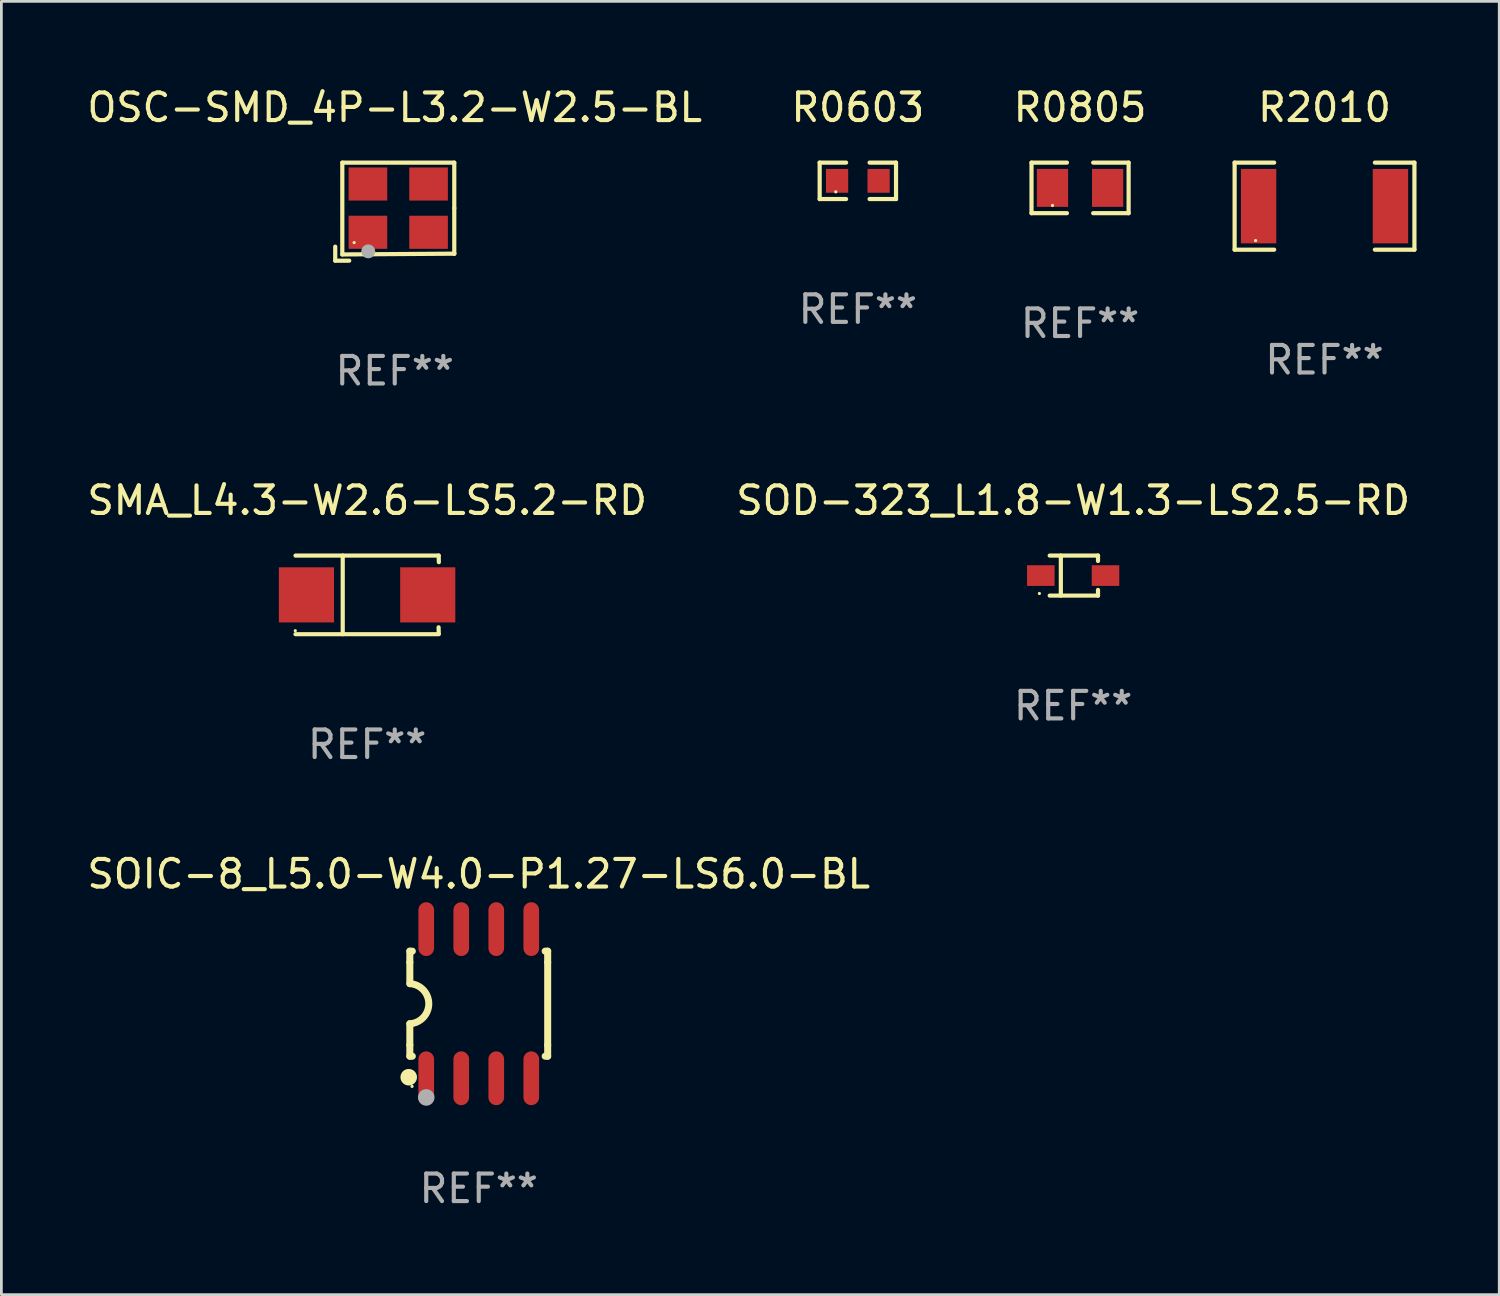
<source format=kicad_pcb>
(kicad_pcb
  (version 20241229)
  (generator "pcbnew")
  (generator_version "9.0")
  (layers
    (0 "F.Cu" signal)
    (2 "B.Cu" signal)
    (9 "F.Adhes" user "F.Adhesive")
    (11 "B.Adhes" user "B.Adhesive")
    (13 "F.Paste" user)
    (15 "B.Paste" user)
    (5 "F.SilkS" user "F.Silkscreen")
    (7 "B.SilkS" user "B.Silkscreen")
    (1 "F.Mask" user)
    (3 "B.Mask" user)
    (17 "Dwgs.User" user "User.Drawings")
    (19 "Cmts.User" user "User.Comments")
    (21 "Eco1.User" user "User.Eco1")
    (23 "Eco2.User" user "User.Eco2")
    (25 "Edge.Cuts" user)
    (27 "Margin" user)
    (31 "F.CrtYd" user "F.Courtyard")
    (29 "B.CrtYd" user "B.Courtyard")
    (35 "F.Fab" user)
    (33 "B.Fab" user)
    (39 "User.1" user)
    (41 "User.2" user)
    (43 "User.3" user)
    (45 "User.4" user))
  (footprint "R0603"
    (layer "F.Cu")
    (at 28.065 3.509)
    (property "Reference" "R0603" (at 0 -2.661 0) (layer "F.SilkS") (effects (font (size 1 1) (thickness 0.15))))
    (attr through_hole)
    (fp_line (start -1.385 -0.661) (end -0.426 -0.661) (stroke (width 0.152) (type solid)) (layer "F.SilkS"))
    (fp_line (start -1.385 0.661) (end -1.385 -0.661) (stroke (width 0.152) (type solid)) (layer "F.SilkS"))
    (fp_line (start -0.426 0.661) (end -1.385 0.661) (stroke (width 0.152) (type solid)) (layer "F.SilkS"))
    (fp_line (start 0.426 0.661) (end 1.385 0.661) (stroke (width 0.152) (type solid)) (layer "F.SilkS"))
    (fp_line (start 1.385 -0.661) (end 0.426 -0.661) (stroke (width 0.152) (type solid)) (layer "F.SilkS"))
    (fp_line (start 1.385 0.661) (end 1.385 -0.661) (stroke (width 0.152) (type solid)) (layer "F.SilkS"))
    (fp_circle (center -0.8 0.4) (end -0.77 0.4) (stroke (width 0.06) (type solid)) (fill no) (layer "F.SilkS"))
    (fp_text user "REF**" (at 0 4.661 0) (layer "F.Fab") (effects (font (size 1 1) (thickness 0.15))))
    (pad "1" smd rect (at -0.753 0) (size 0.806 0.864) (layers "F.Cu" "F.Mask" "F.Paste"))
    (pad "2" smd rect (at 0.753 0) (size 0.806 0.864) (layers "F.Cu" "F.Mask" "F.Paste")))
  (footprint "R2010"
    (layer "F.Cu")
    (at 44.992 4.427)
    (property "Reference" "R2010" (at 0 -3.579 0) (layer "F.SilkS") (effects (font (size 1 1) (thickness 0.15))))
    (attr through_hole)
    (fp_line (start -3.261 -1.579) (end -1.826 -1.579) (stroke (width 0.152) (type solid)) (layer "F.SilkS"))
    (fp_line (start -3.261 1.579) (end -3.261 -1.579) (stroke (width 0.152) (type solid)) (layer "F.SilkS"))
    (fp_line (start -1.826 1.579) (end -3.261 1.579) (stroke (width 0.152) (type solid)) (layer "F.SilkS"))
    (fp_line (start 1.826 1.579) (end 3.261 1.579) (stroke (width 0.152) (type solid)) (layer "F.SilkS"))
    (fp_line (start 3.261 -1.579) (end 1.826 -1.579) (stroke (width 0.152) (type solid)) (layer "F.SilkS"))
    (fp_line (start 3.261 1.579) (end 3.261 -1.579) (stroke (width 0.152) (type solid)) (layer "F.SilkS"))
    (fp_circle (center -2.5 1.25) (end -2.47 1.25) (stroke (width 0.06) (type solid)) (fill no) (layer "F.SilkS"))
    (fp_text user "REF**" (at 0 5.579 0) (layer "F.Fab") (effects (font (size 1 1) (thickness 0.15))))
    (pad "1" smd rect (at -2.391 0) (size 1.283 2.7) (layers "F.Cu" "F.Mask" "F.Paste"))
    (pad "2" smd rect (at 2.391 0) (size 1.283 2.7) (layers "F.Cu" "F.Mask" "F.Paste")))
  (footprint "OSC-SMD_4P-L3.2-W2.5-BL"
    (layer "F.Cu")
    (at 11.395 4.5)
    (property "Reference" "OSC-SMD_4P-L3.2-W2.5-BL" (at -0.127 -3.651 0) (layer "F.SilkS") (effects (font (size 1 1) (thickness 0.15))))
    (attr through_hole)
    (fp_line (start -2.286 1.397) (end -2.286 1.905) (stroke (width 0.152) (type solid)) (layer "F.SilkS"))
    (fp_line (start -2.286 1.905) (end -1.778 1.905) (stroke (width 0.152) (type solid)) (layer "F.SilkS"))
    (fp_line (start -2.029 -1.651) (end 2.032 -1.651) (stroke (width 0.152) (type solid)) (layer "F.SilkS"))
    (fp_line (start -2.029 1.679) (end -2.029 -1.651) (stroke (width 0.152) (type solid)) (layer "F.SilkS"))
    (fp_line (start 2.032 -1.651) (end 2.032 -0.000127) (stroke (width 0.152) (type solid)) (layer "F.SilkS"))
    (fp_line (start 2.032 -0.000127) (end 2.032 1.651) (stroke (width 0.152) (type solid)) (layer "F.SilkS"))
    (fp_line (start 2.032 1.651) (end -2.029 1.679) (stroke (width 0.152) (type solid)) (layer "F.SilkS"))
    (fp_line (start 2.032 1.651) (end 2.032 1.651) (stroke (width 0.152) (type solid)) (layer "F.SilkS"))
    (fp_circle (center -1.6 1.25) (end -1.57 1.25) (stroke (width 0.06) (type solid)) (fill no) (layer "F.SilkS"))
    (fp_circle (center -1.088 1.567) (end -0.961 1.567) (stroke (width 0.254) (type solid)) (fill no) (layer "F.Fab"))
    (fp_text user "REF**" (at -0.127 5.905 0) (layer "F.Fab") (effects (font (size 1 1) (thickness 0.15))))
    (pad "1" smd rect (at -1.1 0.875) (size 1.4 1.2) (layers "F.Cu" "F.Mask" "F.Paste"))
    (pad "2" smd rect (at 1.1 0.875) (size 1.4 1.2) (layers "F.Cu" "F.Mask" "F.Paste"))
    (pad "3" smd rect (at 1.1 -0.875) (size 1.4 1.2) (layers "F.Cu" "F.Mask" "F.Paste"))
    (pad "4" smd rect (at -1.1 -0.875) (size 1.4 1.2) (layers "F.Cu" "F.Mask" "F.Paste")))
  (footprint "SOIC-8_L5.0-W4.0-P1.27-LS6.0-BL"
    (layer "F.Cu")
    (at 14.315 33.355)
    (property "Reference" "SOIC-8_L5.0-W4.0-P1.27-LS6.0-BL" (at 0 -4.705 0) (layer "F.SilkS") (effects (font (size 1 1) (thickness 0.15))))
    (attr through_hole)
    (fp_line (start -2.5 -1.905) (end -2.409 -1.905) (stroke (width 0.254) (type solid)) (layer "F.SilkS"))
    (fp_line (start -2.5 -1.5) (end -2.5 -1.905) (stroke (width 0.254) (type solid)) (layer "F.SilkS"))
    (fp_line (start -2.5 -1.5) (end -2.5 -0.726) (stroke (width 0.254) (type solid)) (layer "F.SilkS"))
    (fp_line (start -2.5 1.5) (end -2.5 0.727) (stroke (width 0.254) (type solid)) (layer "F.SilkS"))
    (fp_line (start -2.5 1.5) (end -2.5 1.905) (stroke (width 0.254) (type solid)) (layer "F.SilkS"))
    (fp_line (start -2.5 1.905) (end -2.409 1.905) (stroke (width 0.254) (type solid)) (layer "F.SilkS"))
    (fp_line (start 2.5 -1.905) (end 2.409 -1.905) (stroke (width 0.254) (type solid)) (layer "F.SilkS"))
    (fp_line (start 2.5 -1.5) (end 2.5 -1.905) (stroke (width 0.254) (type solid)) (layer "F.SilkS"))
    (fp_line (start 2.5 -1.5) (end 2.5 1.5) (stroke (width 0.254) (type solid)) (layer "F.SilkS"))
    (fp_line (start 2.5 1.5) (end 2.5 1.905) (stroke (width 0.254) (type solid)) (layer "F.SilkS"))
    (fp_line (start 2.5 1.905) (end 2.409 1.905) (stroke (width 0.254) (type solid)) (layer "F.SilkS"))
    (fp_arc (start -2.495098 -0.726289) (mid -1.812145 0.002452) (end -2.499999 0.726568) (stroke (width 0.254001) (type solid)) (layer "F.SilkS"))
    (fp_circle (center -2.54 2.667) (end -2.39 2.667) (stroke (width 0.3) (type solid)) (fill no) (layer "F.SilkS"))
    (fp_circle (center -2.42 3) (end -2.39 3) (stroke (width 0.06) (type solid)) (fill no) (layer "F.SilkS"))
    (fp_circle (center -1.905 3.4) (end -1.755 3.4) (stroke (width 0.3) (type solid)) (fill no) (layer "F.Fab"))
    (fp_text user "REF**" (at 0 6.705 0) (layer "F.Fab") (effects (font (size 1 1) (thickness 0.15))))
    (pad "1" smd oval (at -1.905 2.705) (size 0.568 1.95) (layers "F.Cu" "F.Mask" "F.Paste"))
    (pad "2" smd oval (at -0.635 2.705) (size 0.568 1.95) (layers "F.Cu" "F.Mask" "F.Paste"))
    (pad "3" smd oval (at 0.635 2.705) (size 0.568 1.95) (layers "F.Cu" "F.Mask" "F.Paste"))
    (pad "4" smd oval (at 1.905 2.705) (size 0.568 1.95) (layers "F.Cu" "F.Mask" "F.Paste"))
    (pad "5" smd oval (at 1.905 -2.705) (size 0.568 1.95) (layers "F.Cu" "F.Mask" "F.Paste"))
    (pad "6" smd oval (at 0.635 -2.705) (size 0.568 1.95) (layers "F.Cu" "F.Mask" "F.Paste"))
    (pad "7" smd oval (at -0.635 -2.705) (size 0.568 1.95) (layers "F.Cu" "F.Mask" "F.Paste"))
    (pad "8" smd oval (at -1.905 -2.705) (size 0.568 1.95) (layers "F.Cu" "F.Mask" "F.Paste")))
  (footprint "SMA_L4.3-W2.6-LS5.2-RD"
    (layer "F.Cu")
    (at 10.265 18.527)
    (property "Reference" "SMA_L4.3-W2.6-LS5.2-RD" (at 0.003 -3.426 0) (layer "F.SilkS") (effects (font (size 1 1) (thickness 0.15))))
    (attr through_hole)
    (fp_line (start -2.596 -1.426) (end 2.596 -1.426) (stroke (width 0.152) (type solid)) (layer "F.SilkS"))
    (fp_line (start -2.596 1.426) (end 2.596 1.426) (stroke (width 0.152) (type solid)) (layer "F.SilkS"))
    (fp_line (start -0.884 -1.426) (end -0.884 1.426) (stroke (width 0.152) (type solid)) (layer "F.SilkS"))
    (fp_line (start 2.593 1.176) (end 2.6 1.415) (stroke (width 0.152) (type solid)) (layer "F.SilkS"))
    (fp_line (start 2.596 -1.426) (end 2.603 -1.187) (stroke (width 0.152) (type solid)) (layer "F.SilkS"))
    (fp_circle (center -2.605 1.3) (end -2.575 1.3) (stroke (width 0.06) (type solid)) (fill no) (layer "F.SilkS"))
    (fp_text user "REF**" (at 0.003 5.426 0) (layer "F.Fab") (effects (font (size 1 1) (thickness 0.15))))
    (pad "1" smd rect (at -2.2 0 180) (size 2 2) (layers "F.Cu" "F.Mask" "F.Paste"))
    (pad "2" smd rect (at 2.2 0 180) (size 2 2) (layers "F.Cu" "F.Mask" "F.Paste")))
  (footprint "R0805"
    (layer "F.Cu")
    (at 36.125 3.765)
    (property "Reference" "R0805" (at 0 -2.917 0) (layer "F.SilkS") (effects (font (size 1 1) (thickness 0.15))))
    (attr through_hole)
    (fp_line (start -1.761 -0.917) (end -0.476 -0.917) (stroke (width 0.152) (type solid)) (layer "F.SilkS"))
    (fp_line (start -1.761 0.917) (end -1.761 -0.917) (stroke (width 0.152) (type solid)) (layer "F.SilkS"))
    (fp_line (start -0.476 0.917) (end -1.761 0.917) (stroke (width 0.152) (type solid)) (layer "F.SilkS"))
    (fp_line (start 0.476 0.917) (end 1.761 0.917) (stroke (width 0.152) (type solid)) (layer "F.SilkS"))
    (fp_line (start 1.761 -0.917) (end 0.476 -0.917) (stroke (width 0.152) (type solid)) (layer "F.SilkS"))
    (fp_line (start 1.761 0.917) (end 1.761 -0.917) (stroke (width 0.152) (type solid)) (layer "F.SilkS"))
    (fp_circle (center -1 0.638) (end -0.97 0.638) (stroke (width 0.06) (type solid)) (fill no) (layer "F.SilkS"))
    (fp_text user "REF**" (at 0 4.917 0) (layer "F.Fab") (effects (font (size 1 1) (thickness 0.15))))
    (pad "1" smd rect (at -1 0) (size 1.133 1.377) (layers "F.Cu" "F.Mask" "F.Paste"))
    (pad "2" smd rect (at 1 0) (size 1.133 1.377) (layers "F.Cu" "F.Mask" "F.Paste")))
  (footprint "SOD-323_L1.8-W1.3-LS2.5-RD"
    (layer "F.Cu")
    (at 35.875 17.827)
    (property "Reference" "SOD-323_L1.8-W1.3-LS2.5-RD" (at 0 -2.726 0) (layer "F.SilkS") (effects (font (size 1 1) (thickness 0.15))))
    (attr through_hole)
    (fp_line (start -0.851 -0.726) (end 0.901 -0.726) (stroke (width 0.152) (type solid)) (layer "F.SilkS"))
    (fp_line (start -0.851 0.726) (end 0.901 0.726) (stroke (width 0.152) (type solid)) (layer "F.SilkS"))
    (fp_line (start -0.447 -0.726) (end -0.447 0.726) (stroke (width 0.152) (type solid)) (layer "F.SilkS"))
    (fp_line (start 0.901 -0.726) (end 0.901 -0.53) (stroke (width 0.152) (type solid)) (layer "F.SilkS"))
    (fp_line (start 0.901 0.726) (end 0.901 0.52) (stroke (width 0.152) (type solid)) (layer "F.SilkS"))
    (fp_circle (center -1.225 0.65) (end -1.195 0.65) (stroke (width 0.06) (type solid)) (fill no) (layer "F.SilkS"))
    (fp_text user "REF**" (at 0 4.726 0) (layer "F.Fab") (effects (font (size 1 1) (thickness 0.15))))
    (pad "1" smd rect (at -1.173 0) (size 1 0.75) (layers "F.Cu" "F.Mask" "F.Paste"))
    (pad "2" smd rect (at 1.173 0) (size 1 0.75) (layers "F.Cu" "F.Mask" "F.Paste")))
  (gr_rect
    (start -3 -3)
    (end 51.329 43.908)
    (stroke (width 0.1) (type default))
    (fill no)
    (layer "Edge.Cuts")))
</source>
